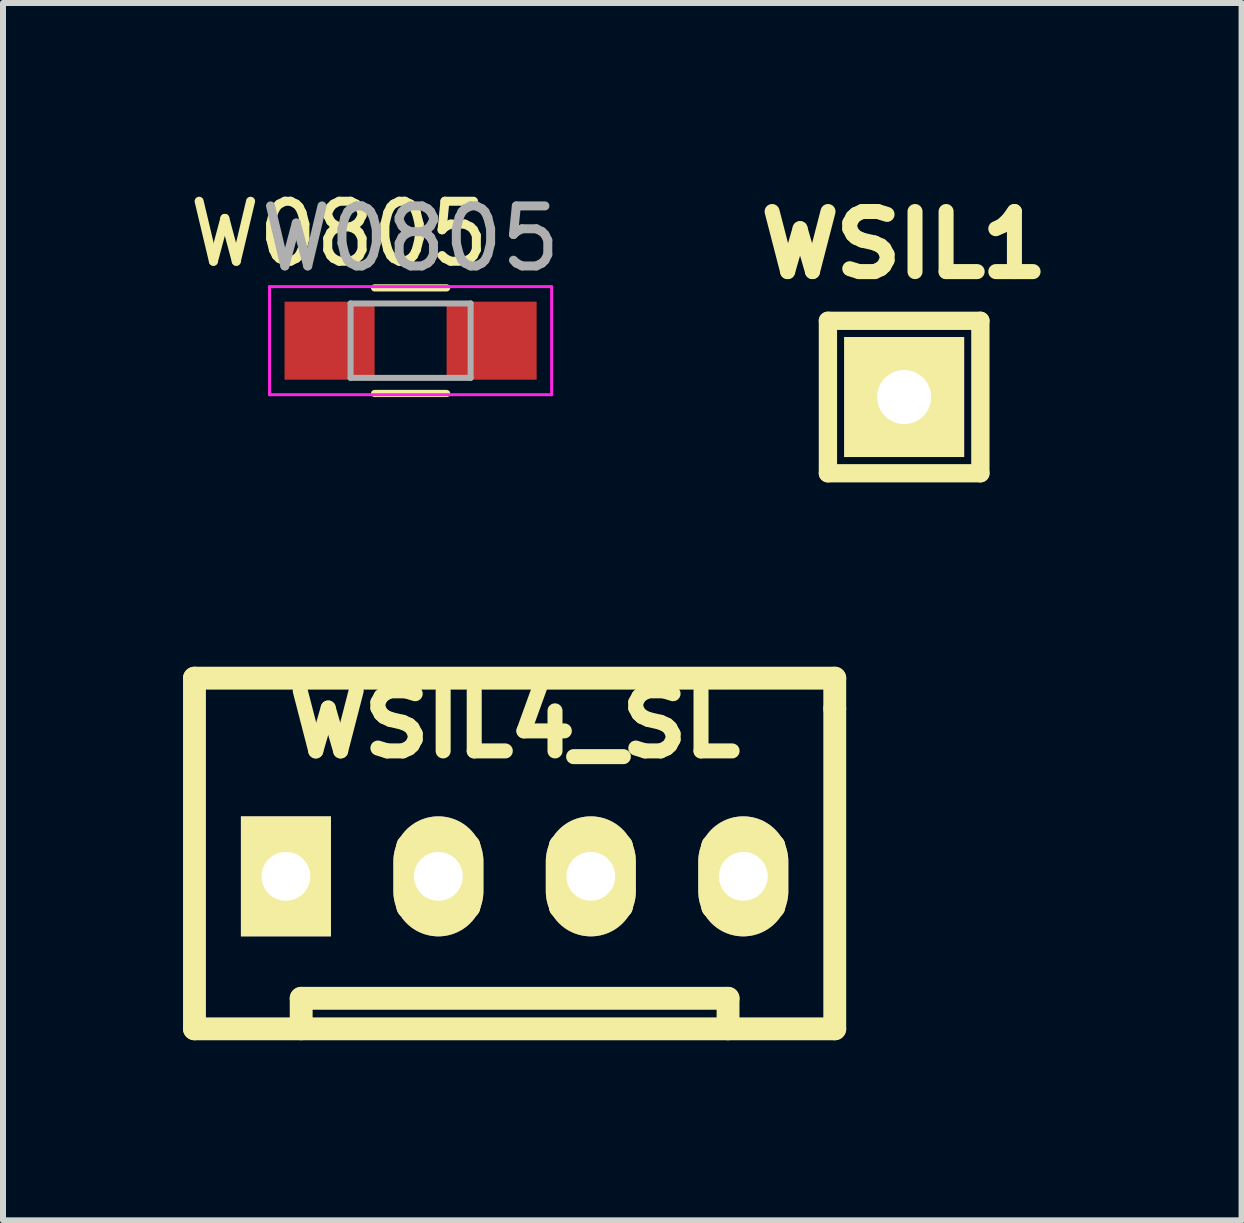
<source format=kicad_pcb>
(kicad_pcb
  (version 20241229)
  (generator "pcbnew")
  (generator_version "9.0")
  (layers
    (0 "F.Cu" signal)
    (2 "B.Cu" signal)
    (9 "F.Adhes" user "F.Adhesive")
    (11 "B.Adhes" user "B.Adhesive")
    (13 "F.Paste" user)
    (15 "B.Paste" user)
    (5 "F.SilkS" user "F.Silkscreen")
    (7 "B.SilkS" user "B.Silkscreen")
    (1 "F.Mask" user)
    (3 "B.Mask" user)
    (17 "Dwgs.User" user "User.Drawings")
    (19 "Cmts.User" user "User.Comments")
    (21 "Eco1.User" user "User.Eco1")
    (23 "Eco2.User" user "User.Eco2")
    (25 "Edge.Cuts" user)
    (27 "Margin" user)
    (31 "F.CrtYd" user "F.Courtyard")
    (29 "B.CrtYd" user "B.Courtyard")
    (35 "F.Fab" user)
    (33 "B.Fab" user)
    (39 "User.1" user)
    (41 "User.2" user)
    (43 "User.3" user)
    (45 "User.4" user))
  (footprint "WSIL1"
    (layer "F.Cu")
    (at 12.014 3.565)
    (property "Reference" "WSIL1" (at 0 -2.54 0) (layer "F.SilkS") (effects (font (size 1.001 1.087) (thickness 0.25))))
    (attr through_hole)
    (fp_line (start -1.27 -1.27) (end 1.27 -1.27) (stroke (width 0.305) (type solid)) (layer "F.SilkS"))
    (fp_line (start -1.27 1.27) (end -1.27 -1.27) (stroke (width 0.305) (type solid)) (layer "F.SilkS"))
    (fp_line (start 1.27 -1.27) (end 1.27 1.27) (stroke (width 0.305) (type solid)) (layer "F.SilkS"))
    (fp_line (start 1.27 1.27) (end -1.27 1.27) (stroke (width 0.305) (type solid)) (layer "F.SilkS"))
    (pad "1" thru_hole rect (at 0 0) (size 1.999 1.999) (drill 0.9) (layers "*.Cu" "*.Mask" "F.SilkS")))
  (footprint "W0805"
    (layer "F.Cu")
    (at 3.791 2.626)
    (property "Reference" "W0805" (at -1.19 -1.778 0) (layer "F.SilkS") (effects (font (size 1 1) (thickness 0.15))))
    (attr smd)
    (fp_line (start -0.6 -0.88) (end 0.6 -0.88) (stroke (width 0.12) (type solid)) (layer "F.SilkS"))
    (fp_line (start 0.6 0.88) (end -0.6 0.88) (stroke (width 0.12) (type solid)) (layer "F.SilkS"))
    (fp_line (start -2.35 -0.9) (end -2.35 0.9) (stroke (width 0.05) (type solid)) (layer "F.CrtYd"))
    (fp_line (start -2.35 -0.9) (end 2.35 -0.9) (stroke (width 0.05) (type solid)) (layer "F.CrtYd"))
    (fp_line (start 2.35 0.9) (end -2.35 0.9) (stroke (width 0.05) (type solid)) (layer "F.CrtYd"))
    (fp_line (start 2.35 0.9) (end 2.35 -0.9) (stroke (width 0.05) (type solid)) (layer "F.CrtYd"))
    (fp_line (start -1 -0.62) (end 1 -0.62) (stroke (width 0.1) (type solid)) (layer "F.Fab"))
    (fp_line (start -1 0.62) (end -1 -0.62) (stroke (width 0.1) (type solid)) (layer "F.Fab"))
    (fp_line (start 1 -0.62) (end 1 0.62) (stroke (width 0.1) (type solid)) (layer "F.Fab"))
    (fp_line (start 1 0.62) (end -1 0.62) (stroke (width 0.1) (type solid)) (layer "F.Fab"))
    (fp_text user "${REFERENCE}" (at 0 -1.7 0) (layer "F.Fab") (effects (font (size 1 1) (thickness 0.15))))
    (pad "1" smd rect (at -1.35 0) (size 1.5 1.3) (layers "F.Cu" "F.Mask" "F.Paste"))
    (pad "2" smd rect (at 1.35 0) (size 1.5 1.3) (layers "F.Cu" "F.Mask" "F.Paste")))
  (footprint "WSIL4_SL"
    (layer "F.Cu")
    (at 5.524 11.551)
    (property "Reference" "WSIL4_SL" (at 0 -2.54 0) (layer "F.SilkS") (effects (font (size 1.001 1.087) (thickness 0.251))))
    (attr through_hole)
    (fp_line (start -5.334 -3.302) (end 5.334 -3.302) (stroke (width 0.381) (type solid)) (layer "F.SilkS"))
    (fp_line (start -5.334 2.54) (end -5.334 -3.302) (stroke (width 0.381) (type solid)) (layer "F.SilkS"))
    (fp_line (start -4.318 -0.508) (end -4.318 0.508) (stroke (width 0.381) (type solid)) (layer "F.SilkS"))
    (fp_line (start -4.318 0.508) (end -3.302 0.508) (stroke (width 0.381) (type solid)) (layer "F.SilkS"))
    (fp_line (start -3.556 2.032) (end 3.556 2.032) (stroke (width 0.381) (type solid)) (layer "F.SilkS"))
    (fp_line (start -3.556 2.54) (end -3.556 2.032) (stroke (width 0.381) (type solid)) (layer "F.SilkS"))
    (fp_line (start -3.302 -0.508) (end -4.318 -0.508) (stroke (width 0.381) (type solid)) (layer "F.SilkS"))
    (fp_line (start -3.302 0.508) (end -3.302 -0.508) (stroke (width 0.381) (type solid)) (layer "F.SilkS"))
    (fp_line (start -1.778 -0.508) (end -1.778 0.508) (stroke (width 0.381) (type solid)) (layer "F.SilkS"))
    (fp_line (start -1.778 -0.508) (end -0.762 -0.508) (stroke (width 0.381) (type solid)) (layer "F.SilkS"))
    (fp_line (start -0.762 -0.508) (end -0.762 0.508) (stroke (width 0.381) (type solid)) (layer "F.SilkS"))
    (fp_line (start -0.762 0.508) (end -1.778 0.508) (stroke (width 0.381) (type solid)) (layer "F.SilkS"))
    (fp_line (start 0.762 -0.508) (end 0.762 0.508) (stroke (width 0.381) (type solid)) (layer "F.SilkS"))
    (fp_line (start 0.762 0.508) (end 1.778 0.508) (stroke (width 0.381) (type solid)) (layer "F.SilkS"))
    (fp_line (start 1.778 -0.508) (end 0.762 -0.508) (stroke (width 0.381) (type solid)) (layer "F.SilkS"))
    (fp_line (start 1.778 0.508) (end 1.778 -0.508) (stroke (width 0.381) (type solid)) (layer "F.SilkS"))
    (fp_line (start 3.302 -0.508) (end 3.302 0.508) (stroke (width 0.381) (type solid)) (layer "F.SilkS"))
    (fp_line (start 3.302 0.508) (end 4.318 0.508) (stroke (width 0.381) (type solid)) (layer "F.SilkS"))
    (fp_line (start 3.556 2.032) (end 3.556 2.54) (stroke (width 0.381) (type solid)) (layer "F.SilkS"))
    (fp_line (start 4.318 -0.508) (end 3.302 -0.508) (stroke (width 0.381) (type solid)) (layer "F.SilkS"))
    (fp_line (start 4.318 0.508) (end 4.318 -0.508) (stroke (width 0.381) (type solid)) (layer "F.SilkS"))
    (fp_line (start 5.334 -3.302) (end 5.334 -2.794) (stroke (width 0.381) (type solid)) (layer "F.SilkS"))
    (fp_line (start 5.334 -2.794) (end 5.334 2.54) (stroke (width 0.381) (type solid)) (layer "F.SilkS"))
    (fp_line (start 5.334 2.54) (end -5.334 2.54) (stroke (width 0.381) (type solid)) (layer "F.SilkS"))
    (pad "1" thru_hole rect (at -3.81 0) (size 1.5 1.999) (drill 0.813) (layers "*.Cu" "*.Mask" "F.SilkS"))
    (pad "2" thru_hole oval (at -1.27 0) (size 1.5 1.999) (drill 0.813) (layers "*.Cu" "*.Mask" "F.SilkS"))
    (pad "3" thru_hole oval (at 1.27 0) (size 1.5 1.999) (drill 0.813) (layers "*.Cu" "*.Mask" "F.SilkS"))
    (pad "4" thru_hole oval (at 3.81 0) (size 1.5 1.999) (drill 0.813) (layers "*.Cu" "*.Mask" "F.SilkS")))
  (gr_rect
    (start -3 -3)
    (end 17.636 17.282)
    (stroke (width 0.1) (type default))
    (fill no)
    (layer "Edge.Cuts")))
</source>
